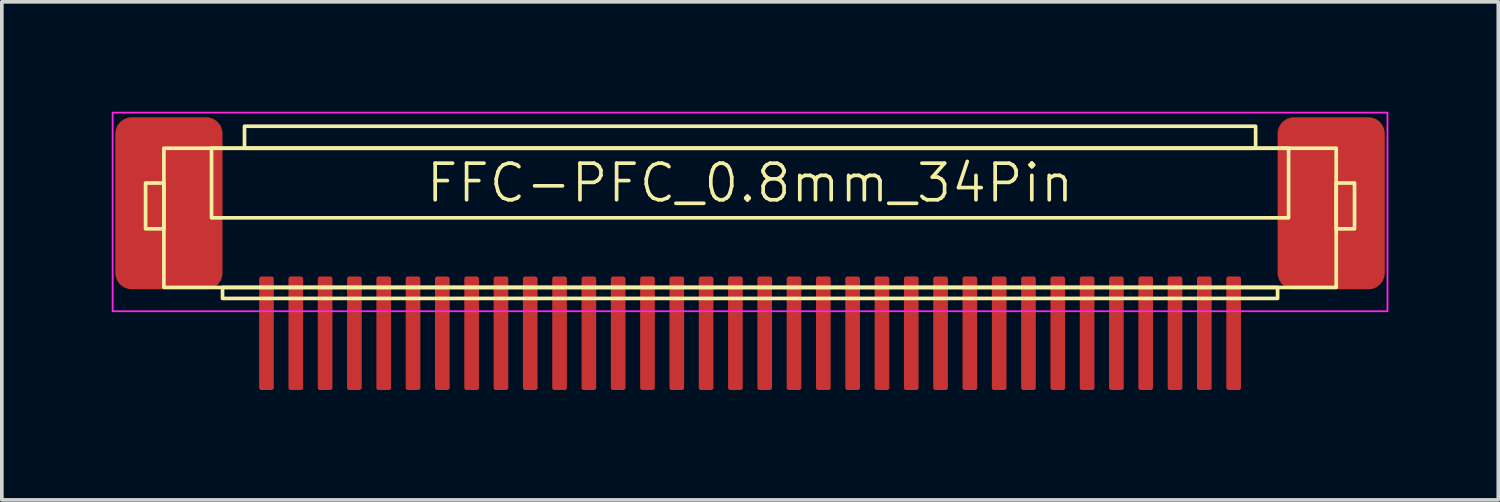
<source format=kicad_pcb>
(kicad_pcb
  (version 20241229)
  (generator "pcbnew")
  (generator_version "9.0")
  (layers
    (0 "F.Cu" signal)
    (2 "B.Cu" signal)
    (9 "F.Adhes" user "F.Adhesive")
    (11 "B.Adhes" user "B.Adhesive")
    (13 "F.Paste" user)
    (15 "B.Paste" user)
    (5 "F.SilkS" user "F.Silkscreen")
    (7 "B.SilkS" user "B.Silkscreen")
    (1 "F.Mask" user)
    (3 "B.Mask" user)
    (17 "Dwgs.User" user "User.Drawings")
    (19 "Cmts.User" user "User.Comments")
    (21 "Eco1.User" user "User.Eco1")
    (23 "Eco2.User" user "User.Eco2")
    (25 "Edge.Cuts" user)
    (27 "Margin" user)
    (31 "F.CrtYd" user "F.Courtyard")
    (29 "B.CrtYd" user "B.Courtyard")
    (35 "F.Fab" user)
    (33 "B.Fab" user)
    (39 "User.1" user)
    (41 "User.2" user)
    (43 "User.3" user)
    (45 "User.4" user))
  (footprint "FFC-PFC_0.8mm_34Pin"
    (layer "F.Cu")
    (at 17.424 2.946)
    (property "Reference" "FFC-PFC_0.8mm_34Pin" (at 0 -1 0) (unlocked yes) (layer "F.SilkS") (effects (font (size 1 1) (thickness 0.1))))
    (attr smd)
    (fp_rect (start -16.5 -1) (end -16 0.25) (stroke (width 0.1) (type default)) (fill no) (layer "F.SilkS"))
    (fp_rect (start -16 -1.95) (end 16 1.85) (stroke (width 0.1) (type default)) (fill no) (layer "F.SilkS"))
    (fp_rect (start -14.7 -1.95) (end 14.7 -0.05) (stroke (width 0.1) (type solid)) (fill no) (layer "F.SilkS"))
    (fp_rect (start -14.4 1.85) (end 14.4 2.15) (stroke (width 0.1) (type default)) (fill no) (layer "F.SilkS"))
    (fp_rect (start -13.8 -2.55) (end 13.8 -1.95) (stroke (width 0.1) (type solid)) (fill no) (layer "F.SilkS"))
    (fp_rect (start 16 -1) (end 16.5 0.25) (stroke (width 0.1) (type default)) (fill no) (layer "F.SilkS"))
    (fp_rect (start -17.399 -2.921) (end 17.399 2.5) (stroke (width 0.05) (type solid)) (fill no) (layer "F.CrtYd"))
    (pad "1" smd roundrect (at -13.2 3.1) (size 0.4 3.1) (layers "F.Cu" "F.Mask" "F.Paste") (roundrect_rratio 0.15))
    (pad "2" smd roundrect (at -12.4 3.1) (size 0.4 3.1) (layers "F.Cu" "F.Mask" "F.Paste") (roundrect_rratio 0.15))
    (pad "3" smd roundrect (at -11.6 3.1) (size 0.4 3.1) (layers "F.Cu" "F.Mask" "F.Paste") (roundrect_rratio 0.15))
    (pad "4" smd roundrect (at -10.8 3.1) (size 0.4 3.1) (layers "F.Cu" "F.Mask" "F.Paste") (roundrect_rratio 0.15))
    (pad "5" smd roundrect (at -10 3.1) (size 0.4 3.1) (layers "F.Cu" "F.Mask" "F.Paste") (roundrect_rratio 0.15))
    (pad "6" smd roundrect (at -9.2 3.1) (size 0.4 3.1) (layers "F.Cu" "F.Mask" "F.Paste") (roundrect_rratio 0.15))
    (pad "7" smd roundrect (at -8.4 3.1) (size 0.4 3.1) (layers "F.Cu" "F.Mask" "F.Paste") (roundrect_rratio 0.15))
    (pad "8" smd roundrect (at -7.6 3.1) (size 0.4 3.1) (layers "F.Cu" "F.Mask" "F.Paste") (roundrect_rratio 0.15))
    (pad "9" smd roundrect (at -6.8 3.1) (size 0.4 3.1) (layers "F.Cu" "F.Mask" "F.Paste") (roundrect_rratio 0.15))
    (pad "10" smd roundrect (at -6 3.1) (size 0.4 3.1) (layers "F.Cu" "F.Mask" "F.Paste") (roundrect_rratio 0.15))
    (pad "11" smd roundrect (at -5.2 3.1) (size 0.4 3.1) (layers "F.Cu" "F.Mask" "F.Paste") (roundrect_rratio 0.15))
    (pad "12" smd roundrect (at -4.4 3.1) (size 0.4 3.1) (layers "F.Cu" "F.Mask" "F.Paste") (roundrect_rratio 0.15))
    (pad "13" smd roundrect (at -3.6 3.1) (size 0.4 3.1) (layers "F.Cu" "F.Mask" "F.Paste") (roundrect_rratio 0.15))
    (pad "14" smd roundrect (at -2.8 3.1) (size 0.4 3.1) (layers "F.Cu" "F.Mask" "F.Paste") (roundrect_rratio 0.15))
    (pad "15" smd roundrect (at -2 3.1) (size 0.4 3.1) (layers "F.Cu" "F.Mask" "F.Paste") (roundrect_rratio 0.15))
    (pad "16" smd roundrect (at -1.2 3.1) (size 0.4 3.1) (layers "F.Cu" "F.Mask" "F.Paste") (roundrect_rratio 0.15))
    (pad "17" smd roundrect (at -0.4 3.1) (size 0.4 3.1) (layers "F.Cu" "F.Mask" "F.Paste") (roundrect_rratio 0.15))
    (pad "18" smd roundrect (at 0.4 3.1) (size 0.4 3.1) (layers "F.Cu" "F.Mask" "F.Paste") (roundrect_rratio 0.15))
    (pad "19" smd roundrect (at 1.2 3.1) (size 0.4 3.1) (layers "F.Cu" "F.Mask" "F.Paste") (roundrect_rratio 0.15))
    (pad "20" smd roundrect (at 2 3.1) (size 0.4 3.1) (layers "F.Cu" "F.Mask" "F.Paste") (roundrect_rratio 0.15))
    (pad "21" smd roundrect (at 2.8 3.1) (size 0.4 3.1) (layers "F.Cu" "F.Mask" "F.Paste") (roundrect_rratio 0.15))
    (pad "22" smd roundrect (at 3.6 3.1) (size 0.4 3.1) (layers "F.Cu" "F.Mask" "F.Paste") (roundrect_rratio 0.15))
    (pad "23" smd roundrect (at 4.4 3.1) (size 0.4 3.1) (layers "F.Cu" "F.Mask" "F.Paste") (roundrect_rratio 0.15))
    (pad "24" smd roundrect (at 5.2 3.1) (size 0.4 3.1) (layers "F.Cu" "F.Mask" "F.Paste") (roundrect_rratio 0.15))
    (pad "25" smd roundrect (at 6 3.1) (size 0.4 3.1) (layers "F.Cu" "F.Mask" "F.Paste") (roundrect_rratio 0.15))
    (pad "26" smd roundrect (at 6.8 3.1) (size 0.4 3.1) (layers "F.Cu" "F.Mask" "F.Paste") (roundrect_rratio 0.15))
    (pad "27" smd roundrect (at 7.6 3.1) (size 0.4 3.1) (layers "F.Cu" "F.Mask" "F.Paste") (roundrect_rratio 0.15))
    (pad "28" smd roundrect (at 8.4 3.1) (size 0.4 3.1) (layers "F.Cu" "F.Mask" "F.Paste") (roundrect_rratio 0.15))
    (pad "29" smd roundrect (at 9.2 3.1) (size 0.4 3.1) (layers "F.Cu" "F.Mask" "F.Paste") (roundrect_rratio 0.15))
    (pad "30" smd roundrect (at 10 3.1) (size 0.4 3.1) (layers "F.Cu" "F.Mask" "F.Paste") (roundrect_rratio 0.15))
    (pad "31" smd roundrect (at 10.8 3.1) (size 0.4 3.1) (layers "F.Cu" "F.Mask" "F.Paste") (roundrect_rratio 0.15))
    (pad "32" smd roundrect (at 11.6 3.1) (size 0.4 3.1) (layers "F.Cu" "F.Mask" "F.Paste") (roundrect_rratio 0.15))
    (pad "33" smd roundrect (at 12.4 3.1) (size 0.4 3.1) (layers "F.Cu" "F.Mask" "F.Paste") (roundrect_rratio 0.15))
    (pad "34" smd roundrect (at 13.2 3.1) (size 0.4 3.1) (layers "F.Cu" "F.Mask" "F.Paste") (roundrect_rratio 0.15))
    (pad "35" smd roundrect (at -15.863 -0.447) (size 2.925 4.694) (layers "F.Cu" "F.Mask" "F.Paste") (roundrect_rratio 0.15))
    (pad "35" smd roundrect (at 15.863 -0.447) (size 2.925 4.694) (layers "F.Cu" "F.Mask" "F.Paste") (roundrect_rratio 0.15)))
  (gr_rect
    (start -3 -3)
    (end 37.848 10.596)
    (stroke (width 0.1) (type default))
    (fill no)
    (layer "Edge.Cuts")))
</source>
